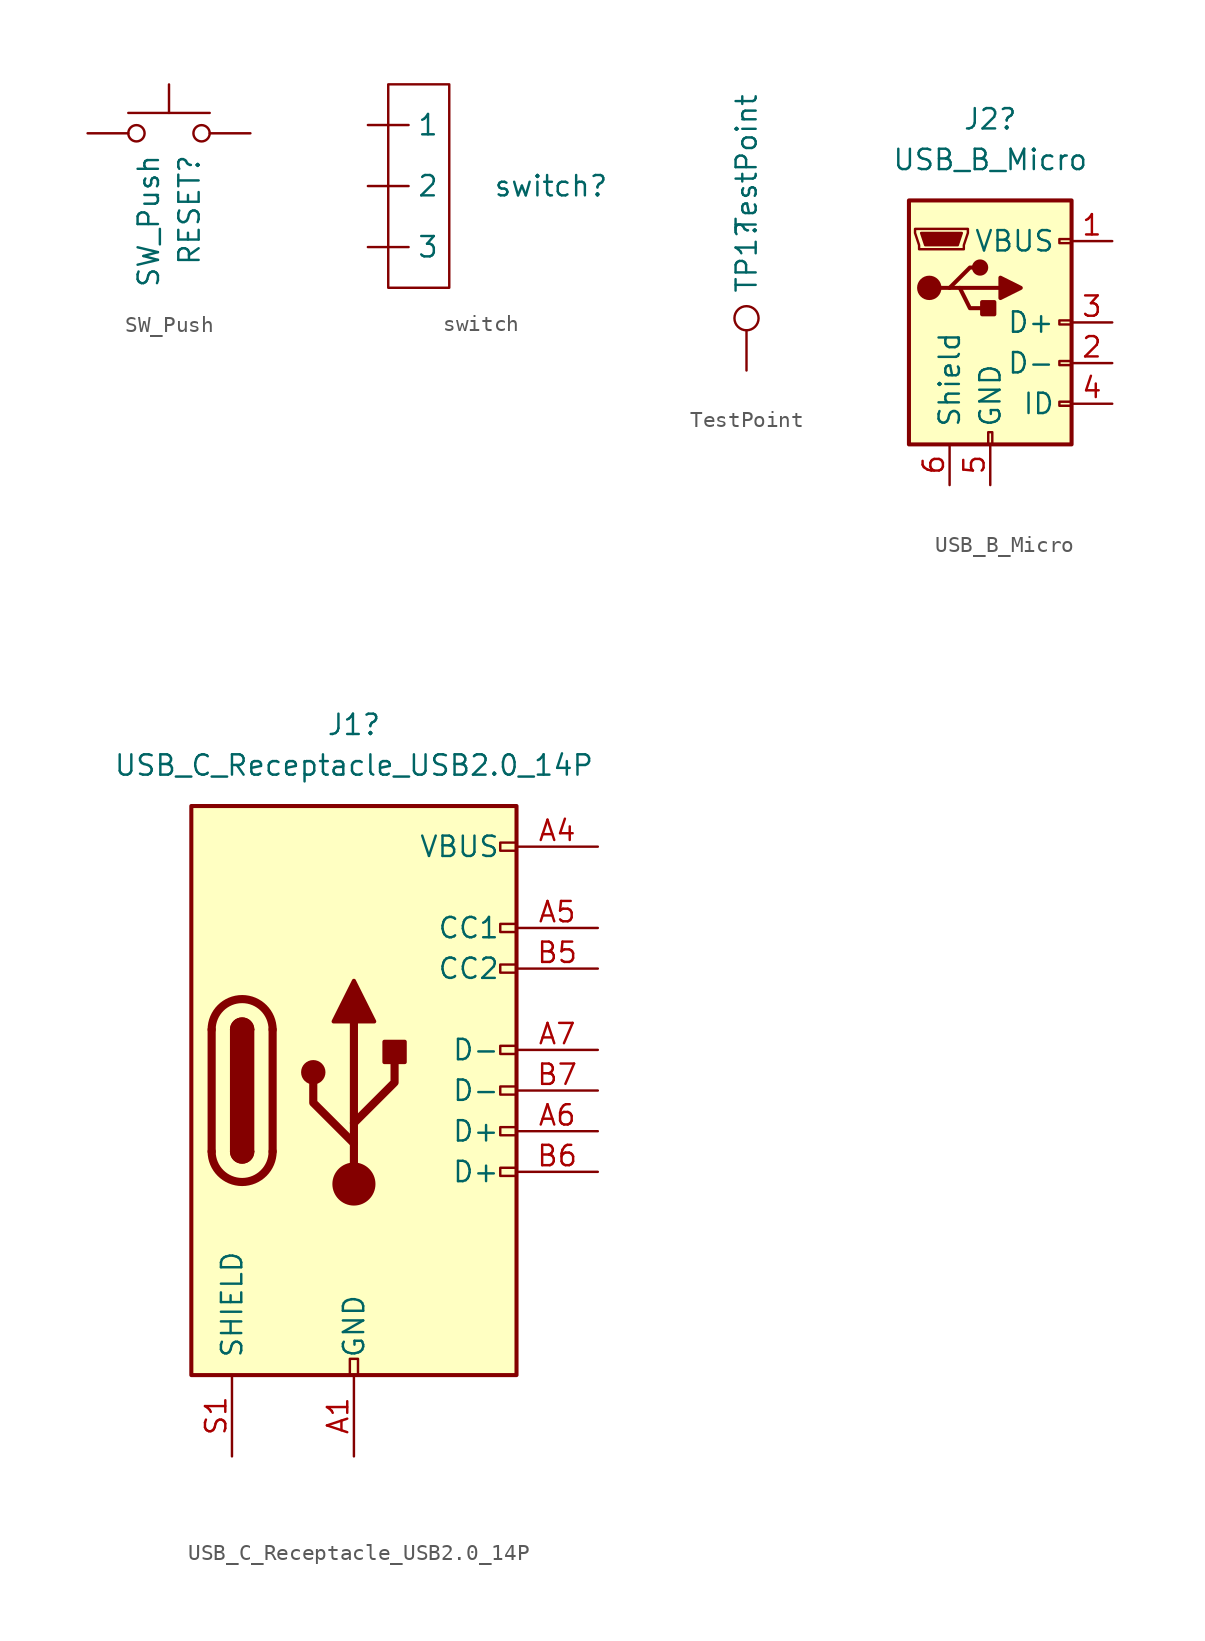
<source format=kicad_sym>
(kicad_symbol_lib
  (version 20231120)
  (generator "kicad_symbol_editor")
  (generator_version "8.0")
  (symbol "SW_Push"
    (pin_numbers hide)
    (pin_names
      (offset 1.016) hide)
    (property "Reference" "RESET"
      (at 1.27 -1.27 90)
      (effects (font (size 1.27 1.27)) (justify right)))
    (property "Value" "SW_Push"
      (at -1.27 -1.27 90)
      (effects (font (size 1.27 1.27)) (justify right)))
    (symbol "SW_Push_0_1"
      (circle (center -2.032 0) (radius 0.508) (stroke (width 0) (type default)) (fill (type none)))
      (polyline (pts (xy 0 1.27) (xy 0 3.048)) (stroke (width 0) (type default)) (fill (type none)))
      (polyline (pts (xy 2.54 1.27) (xy -2.54 1.27)) (stroke (width 0) (type default)) (fill (type none)))
      (circle (center 2.032 0) (radius 0.508) (stroke (width 0) (type default)) (fill (type none)))
      (pin passive line (at -5.08 0 0) (length 2.54) (name "1" (effects (font (size 1.27 1.27)))) (number "1" (effects (font (size 1.27 1.27)))))
      (pin passive line (at 5.08 0 180) (length 2.54) (name "2" (effects (font (size 1.27 1.27)))) (number "2" (effects (font (size 1.27 1.27)))))))
  (symbol "switch"
    (property "Reference" "switch"
      (at 8.89 0 0)
      (effects (font (size 1.27 1.27))))
    (property "Value" ""
      (at 0 5.08 0)
      (effects (font (size 1.27 1.27))))
    (symbol "switch_0_1"
      (rectangle (start -1.27 6.35) (end 2.54 -6.35) (stroke (width 0) (type default)) (fill (type none))))
    (symbol "switch_1_1"
      (pin input line (at -2.54 3.81 0) (length 2.54) (name "1" (effects (font (size 1.27 1.27)))) (number "" (effects (font (size 1.27 1.27)))))
      (pin input line (at -2.54 0 0) (length 2.54) (name "2" (effects (font (size 1.27 1.27)))) (number "" (effects (font (size 1.27 1.27)))))
      (pin input line (at -2.54 -3.81 0) (length 2.54) (name "3" (effects (font (size 1.27 1.27)))) (number "" (effects (font (size 1.27 1.27)))))))
  (symbol "TestPoint"
    (pin_numbers hide)
    (pin_names
      (offset 0.762) hide)
    (property "Reference" "TP1"
      (at 0 4.826 90)
      (effects (font (size 1.27 1.27)) (justify left)))
    (property "Value" "TestPoint"
      (at 0 8.636 90)
      (effects (font (size 1.27 1.27)) (justify left)))
    (symbol "TestPoint_0_1"
      (circle (center 0 3.302) (radius 0.762) (stroke (width 0) (type default)) (fill (type none))))
    (symbol "TestPoint_1_1"
      (pin passive line (at 0 0 90) (length 2.54) (name "1" (effects (font (size 1.27 1.27)))) (number "1" (effects (font (size 1.27 1.27)))))))
  (symbol "USB_B_Micro"
    (pin_names
      (offset 1.016))
    (property "Reference" "J2"
      (at 0 12.7 0)
      (effects (font (size 1.27 1.27))))
    (property "Value" "USB_B_Micro"
      (at 0 10.16 0)
      (effects (font (size 1.27 1.27))))
    (symbol "USB_B_Micro_0_1"
      (rectangle (start -5.08 -7.62) (end 5.08 7.62) (stroke (width 0.254) (type default)) (fill (type background)))
      (circle (center -3.81 2.159) (radius 0.635) (stroke (width 0.254) (type default)) (fill (type outline)))
      (circle (center -0.635 3.429) (radius 0.381) (stroke (width 0.254) (type default)) (fill (type outline)))
      (rectangle (start -0.127 -7.62) (end 0.127 -6.858) (stroke (width 0) (type default)) (fill (type none)))
      (polyline (pts (xy -1.905 2.159) (xy 0.635 2.159)) (stroke (width 0.254) (type default)) (fill (type none)))
      (polyline (pts (xy -3.175 2.159) (xy -2.54 2.159) (xy -1.27 3.429) (xy -0.635 3.429)) (stroke (width 0.254) (type default)) (fill (type none)))
      (polyline (pts (xy -2.54 2.159) (xy -1.905 2.159) (xy -1.27 0.889) (xy 0 0.889)) (stroke (width 0.254) (type default)) (fill (type none)))
      (polyline (pts (xy 0.635 2.794) (xy 0.635 1.524) (xy 1.905 2.159) (xy 0.635 2.794)) (stroke (width 0.254) (type default)) (fill (type outline)))
      (polyline (pts (xy -4.318 5.588) (xy -1.778 5.588) (xy -2.032 4.826) (xy -4.064 4.826) (xy -4.318 5.588)) (stroke (width 0) (type default)) (fill (type outline)))
      (polyline (pts (xy -4.699 5.842) (xy -4.699 5.588) (xy -4.445 4.826) (xy -4.445 4.572) (xy -1.651 4.572) (xy -1.651 4.826) (xy -1.397 5.588) (xy -1.397 5.842) (xy -4.699 5.842)) (stroke (width 0) (type default)) (fill (type none)))
      (rectangle (start 0.254 1.27) (end -0.508 0.508) (stroke (width 0.254) (type default)) (fill (type outline)))
      (rectangle (start 5.08 -5.207) (end 4.318 -4.953) (stroke (width 0) (type default)) (fill (type none)))
      (rectangle (start 5.08 -2.667) (end 4.318 -2.413) (stroke (width 0) (type default)) (fill (type none)))
      (rectangle (start 5.08 -0.127) (end 4.318 0.127) (stroke (width 0) (type default)) (fill (type none)))
      (rectangle (start 5.08 4.953) (end 4.318 5.207) (stroke (width 0) (type default)) (fill (type none))))
    (symbol "USB_B_Micro_1_1"
      (pin power_out line (at 7.62 5.08 180) (length 2.54) (name "VBUS" (effects (font (size 1.27 1.27)))) (number "1" (effects (font (size 1.27 1.27)))))
      (pin bidirectional line (at 7.62 -2.54 180) (length 2.54) (name "D-" (effects (font (size 1.27 1.27)))) (number "2" (effects (font (size 1.27 1.27)))))
      (pin bidirectional line (at 7.62 0 180) (length 2.54) (name "D+" (effects (font (size 1.27 1.27)))) (number "3" (effects (font (size 1.27 1.27)))))
      (pin passive line (at 7.62 -5.08 180) (length 2.54) (name "ID" (effects (font (size 1.27 1.27)))) (number "4" (effects (font (size 1.27 1.27)))))
      (pin power_out line (at 0 -10.16 90) (length 2.54) (name "GND" (effects (font (size 1.27 1.27)))) (number "5" (effects (font (size 1.27 1.27)))))
      (pin passive line (at -2.54 -10.16 90) (length 2.54) (name "Shield" (effects (font (size 1.27 1.27)))) (number "6" (effects (font (size 1.27 1.27)))))))
  (symbol "USB_C_Receptacle_USB2.0_14P"
    (pin_names
      (offset 1.016))
    (property "Reference" "J1"
      (at 0 22.86 0)
      (effects (font (size 1.27 1.27))))
    (property "Value" "USB_C_Receptacle_USB2.0_14P"
      (at 0 20.32 0)
      (effects (font (size 1.27 1.27))))
    (symbol "USB_C_Receptacle_USB2.0_14P_0_0"
      (rectangle (start -0.254 -17.78) (end 0.254 -16.764) (stroke (width 0) (type default)) (fill (type none)))
      (rectangle (start 10.16 -4.826) (end 9.144 -5.334) (stroke (width 0) (type default)) (fill (type none)))
      (rectangle (start 10.16 -2.286) (end 9.144 -2.794) (stroke (width 0) (type default)) (fill (type none)))
      (rectangle (start 10.16 0.254) (end 9.144 -0.254) (stroke (width 0) (type default)) (fill (type none)))
      (rectangle (start 10.16 2.794) (end 9.144 2.286) (stroke (width 0) (type default)) (fill (type none)))
      (rectangle (start 10.16 7.874) (end 9.144 7.366) (stroke (width 0) (type default)) (fill (type none)))
      (rectangle (start 10.16 10.414) (end 9.144 9.906) (stroke (width 0) (type default)) (fill (type none)))
      (rectangle (start 10.16 15.494) (end 9.144 14.986) (stroke (width 0) (type default)) (fill (type none))))
    (symbol "USB_C_Receptacle_USB2.0_14P_0_1"
      (rectangle (start -10.16 17.78) (end 10.16 -17.78) (stroke (width 0.254) (type default)) (fill (type background)))
      (arc (start -8.89 -3.81) (mid -6.985 -5.7067) (end -5.08 -3.81) (stroke (width 0.508) (type default)) (fill (type none)))
      (arc (start -7.62 -3.81) (mid -6.985 -4.4423) (end -6.35 -3.81) (stroke (width 0.254) (type default)) (fill (type none)))
      (arc (start -7.62 -3.81) (mid -6.985 -4.4423) (end -6.35 -3.81) (stroke (width 0.254) (type default)) (fill (type outline)))
      (rectangle (start -7.62 -3.81) (end -6.35 3.81) (stroke (width 0.254) (type default)) (fill (type outline)))
      (arc (start -6.35 3.81) (mid -6.985 4.4423) (end -7.62 3.81) (stroke (width 0.254) (type default)) (fill (type none)))
      (arc (start -6.35 3.81) (mid -6.985 4.4423) (end -7.62 3.81) (stroke (width 0.254) (type default)) (fill (type outline)))
      (arc (start -5.08 3.81) (mid -6.985 5.7067) (end -8.89 3.81) (stroke (width 0.508) (type default)) (fill (type none)))
      (circle (center -2.54 1.143) (radius 0.635) (stroke (width 0.254) (type default)) (fill (type outline)))
      (circle (center 0 -5.842) (radius 1.27) (stroke (width 0) (type default)) (fill (type outline)))
      (polyline (pts (xy -8.89 -3.81) (xy -8.89 3.81)) (stroke (width 0.508) (type default)) (fill (type none)))
      (polyline (pts (xy -5.08 3.81) (xy -5.08 -3.81)) (stroke (width 0.508) (type default)) (fill (type none)))
      (polyline (pts (xy 0 -5.842) (xy 0 4.318)) (stroke (width 0.508) (type default)) (fill (type none)))
      (polyline (pts (xy 0 -3.302) (xy -2.54 -0.762) (xy -2.54 0.508)) (stroke (width 0.508) (type default)) (fill (type none)))
      (polyline (pts (xy 0 -2.032) (xy 2.54 0.508) (xy 2.54 1.778)) (stroke (width 0.508) (type default)) (fill (type none)))
      (polyline (pts (xy -1.27 4.318) (xy 0 6.858) (xy 1.27 4.318) (xy -1.27 4.318)) (stroke (width 0.254) (type default)) (fill (type outline)))
      (rectangle (start 1.905 1.778) (end 3.175 3.048) (stroke (width 0.254) (type default)) (fill (type outline))))
    (symbol "USB_C_Receptacle_USB2.0_14P_1_1"
      (pin passive line (at 0 -22.86 90) (length 5.08) (name "GND" (effects (font (size 1.27 1.27)))) (number "A1" (effects (font (size 1.27 1.27)))))
      (pin passive line (at 0 -22.86 90) (length 5.08) hide (name "GND" (effects (font (size 1.27 1.27)))) (number "A12" (effects (font (size 1.27 1.27)))))
      (pin passive line (at 15.24 15.24 180) (length 5.08) (name "VBUS" (effects (font (size 1.27 1.27)))) (number "A4" (effects (font (size 1.27 1.27)))))
      (pin bidirectional line (at 15.24 10.16 180) (length 5.08) (name "CC1" (effects (font (size 1.27 1.27)))) (number "A5" (effects (font (size 1.27 1.27)))))
      (pin bidirectional line (at 15.24 -2.54 180) (length 5.08) (name "D+" (effects (font (size 1.27 1.27)))) (number "A6" (effects (font (size 1.27 1.27)))))
      (pin bidirectional line (at 15.24 2.54 180) (length 5.08) (name "D-" (effects (font (size 1.27 1.27)))) (number "A7" (effects (font (size 1.27 1.27)))))
      (pin passive line (at 15.24 15.24 180) (length 5.08) hide (name "VBUS" (effects (font (size 1.27 1.27)))) (number "A9" (effects (font (size 1.27 1.27)))))
      (pin passive line (at 0 -22.86 90) (length 5.08) hide (name "GND" (effects (font (size 1.27 1.27)))) (number "B1" (effects (font (size 1.27 1.27)))))
      (pin passive line (at 0 -22.86 90) (length 5.08) hide (name "GND" (effects (font (size 1.27 1.27)))) (number "B12" (effects (font (size 1.27 1.27)))))
      (pin passive line (at 15.24 15.24 180) (length 5.08) hide (name "VBUS" (effects (font (size 1.27 1.27)))) (number "B4" (effects (font (size 1.27 1.27)))))
      (pin bidirectional line (at 15.24 7.62 180) (length 5.08) (name "CC2" (effects (font (size 1.27 1.27)))) (number "B5" (effects (font (size 1.27 1.27)))))
      (pin bidirectional line (at 15.24 -5.08 180) (length 5.08) (name "D+" (effects (font (size 1.27 1.27)))) (number "B6" (effects (font (size 1.27 1.27)))))
      (pin bidirectional line (at 15.24 0 180) (length 5.08) (name "D-" (effects (font (size 1.27 1.27)))) (number "B7" (effects (font (size 1.27 1.27)))))
      (pin passive line (at 15.24 15.24 180) (length 5.08) hide (name "VBUS" (effects (font (size 1.27 1.27)))) (number "B9" (effects (font (size 1.27 1.27)))))
      (pin passive line (at -7.62 -22.86 90) (length 5.08) (name "SHIELD" (effects (font (size 1.27 1.27)))) (number "S1" (effects (font (size 1.27 1.27))))))))
</source>
